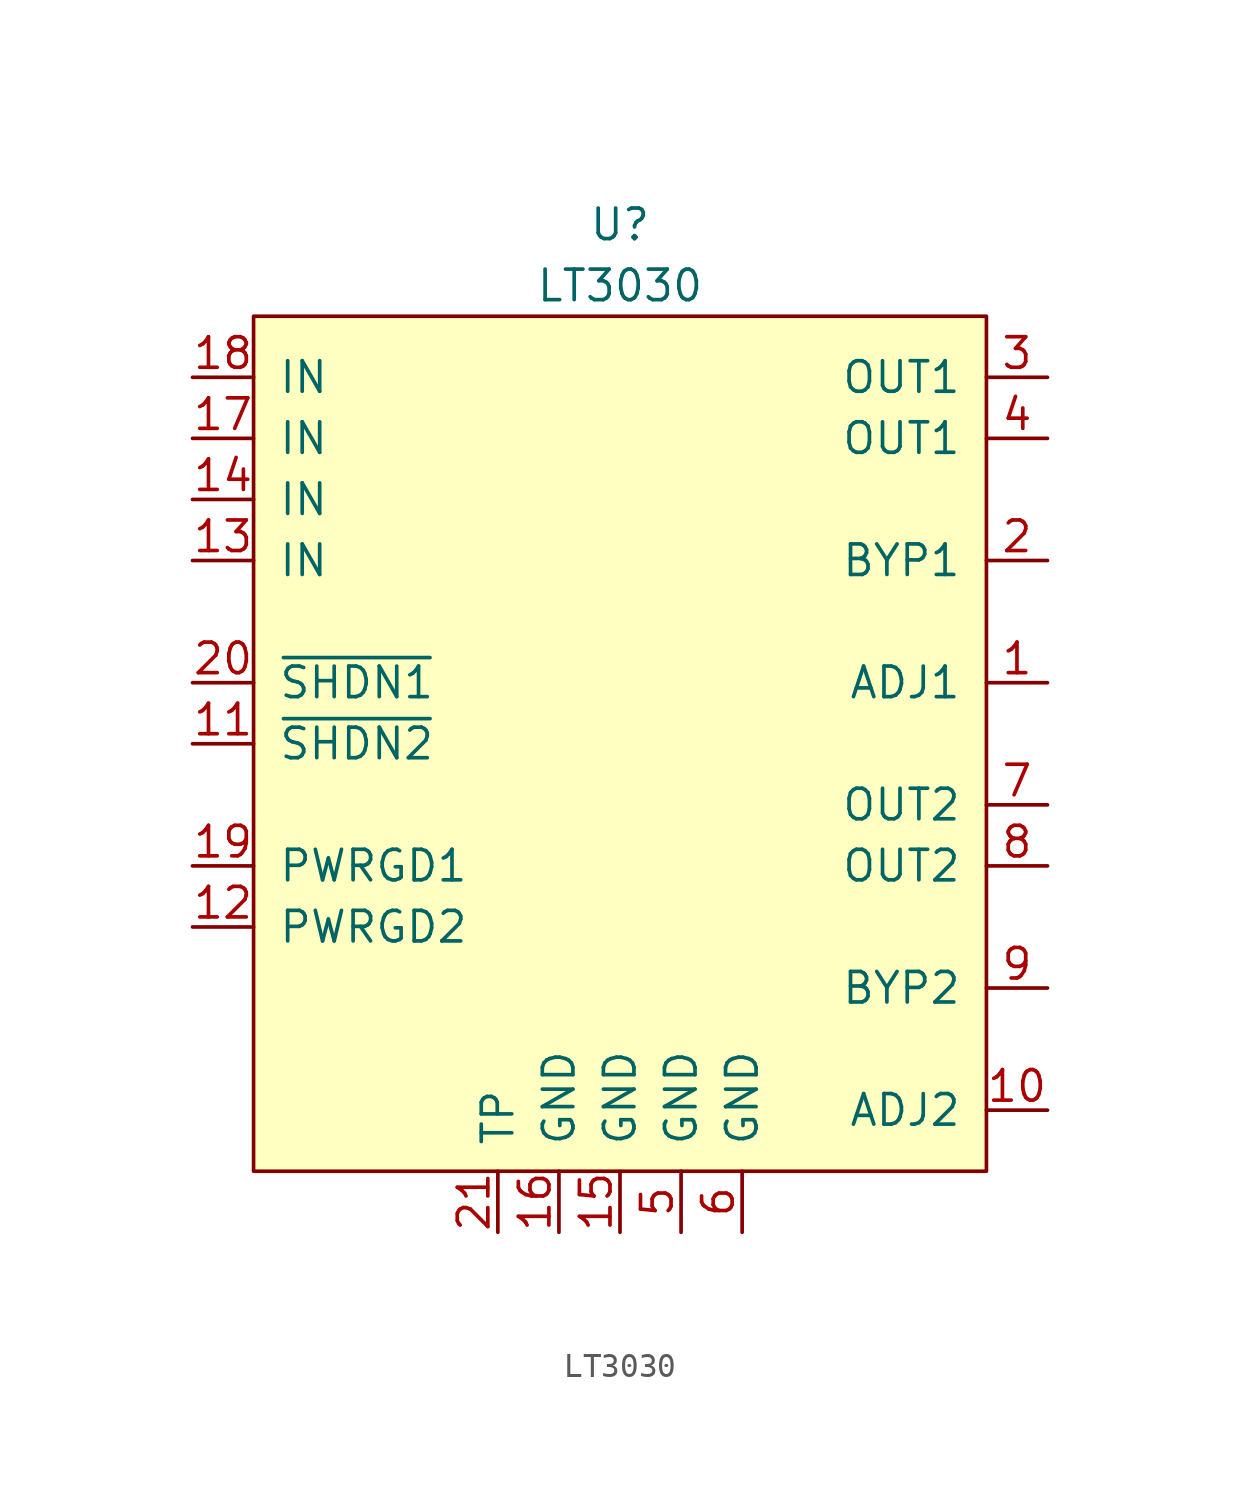
<source format=kicad_sym>
(kicad_symbol_lib
  (version 20220914)
  (generator kicad_symbol_editor)
  (symbol "LT3030"
    (pin_names
      (offset 1.016))
    (property "Reference" "U"
      (at 0 21.59 0)
      (effects (font (size 1.27 1.27))))
    (property "Value" "LT3030"
      (at 0 19.05 0)
      (effects (font (size 1.27 1.27))))
    (symbol "LT3030_0_1"
      (rectangle (start -15.24 -17.78) (end 15.24 17.78) (stroke (width 0) (type solid)) (fill (type background))))
    (symbol "LT3030_1_1"
      (pin passive line (at 17.78 2.54 180) (length 2.54) (name "ADJ1" (effects (font (size 1.27 1.27)))) (number "1" (effects (font (size 1.27 1.27)))))
      (pin passive line (at 17.78 -15.24 180) (length 2.54) (name "ADJ2" (effects (font (size 1.27 1.27)))) (number "10" (effects (font (size 1.27 1.27)))))
      (pin passive line (at -17.78 0 0) (length 2.54) (name "~{SHDN2}" (effects (font (size 1.27 1.27)))) (number "11" (effects (font (size 1.27 1.27)))))
      (pin passive line (at -17.78 -7.62 0) (length 2.54) (name "PWRGD2" (effects (font (size 1.27 1.27)))) (number "12" (effects (font (size 1.27 1.27)))))
      (pin passive line (at -17.78 7.62 0) (length 2.54) (name "IN" (effects (font (size 1.27 1.27)))) (number "13" (effects (font (size 1.27 1.27)))))
      (pin passive line (at -17.78 10.16 0) (length 2.54) (name "IN" (effects (font (size 1.27 1.27)))) (number "14" (effects (font (size 1.27 1.27)))))
      (pin passive line (at 0 -20.32 90) (length 2.54) (name "GND" (effects (font (size 1.27 1.27)))) (number "15" (effects (font (size 1.27 1.27)))))
      (pin passive line (at -2.54 -20.32 90) (length 2.54) (name "GND" (effects (font (size 1.27 1.27)))) (number "16" (effects (font (size 1.27 1.27)))))
      (pin passive line (at -17.78 12.7 0) (length 2.54) (name "IN" (effects (font (size 1.27 1.27)))) (number "17" (effects (font (size 1.27 1.27)))))
      (pin passive line (at -17.78 15.24 0) (length 2.54) (name "IN" (effects (font (size 1.27 1.27)))) (number "18" (effects (font (size 1.27 1.27)))))
      (pin passive line (at -17.78 -5.08 0) (length 2.54) (name "PWRGD1" (effects (font (size 1.27 1.27)))) (number "19" (effects (font (size 1.27 1.27)))))
      (pin passive line (at 17.78 7.62 180) (length 2.54) (name "BYP1" (effects (font (size 1.27 1.27)))) (number "2" (effects (font (size 1.27 1.27)))))
      (pin passive line (at -17.78 2.54 0) (length 2.54) (name "~{SHDN1}" (effects (font (size 1.27 1.27)))) (number "20" (effects (font (size 1.27 1.27)))))
      (pin passive line (at -5.08 -20.32 90) (length 2.54) (name "TP" (effects (font (size 1.27 1.27)))) (number "21" (effects (font (size 1.27 1.27)))))
      (pin passive line (at 17.78 15.24 180) (length 2.54) (name "OUT1" (effects (font (size 1.27 1.27)))) (number "3" (effects (font (size 1.27 1.27)))))
      (pin passive line (at 17.78 12.7 180) (length 2.54) (name "OUT1" (effects (font (size 1.27 1.27)))) (number "4" (effects (font (size 1.27 1.27)))))
      (pin passive line (at 2.54 -20.32 90) (length 2.54) (name "GND" (effects (font (size 1.27 1.27)))) (number "5" (effects (font (size 1.27 1.27)))))
      (pin passive line (at 5.08 -20.32 90) (length 2.54) (name "GND" (effects (font (size 1.27 1.27)))) (number "6" (effects (font (size 1.27 1.27)))))
      (pin passive line (at 17.78 -2.54 180) (length 2.54) (name "OUT2" (effects (font (size 1.27 1.27)))) (number "7" (effects (font (size 1.27 1.27)))))
      (pin passive line (at 17.78 -5.08 180) (length 2.54) (name "OUT2" (effects (font (size 1.27 1.27)))) (number "8" (effects (font (size 1.27 1.27)))))
      (pin passive line (at 17.78 -10.16 180) (length 2.54) (name "BYP2" (effects (font (size 1.27 1.27)))) (number "9" (effects (font (size 1.27 1.27))))))))
</source>
